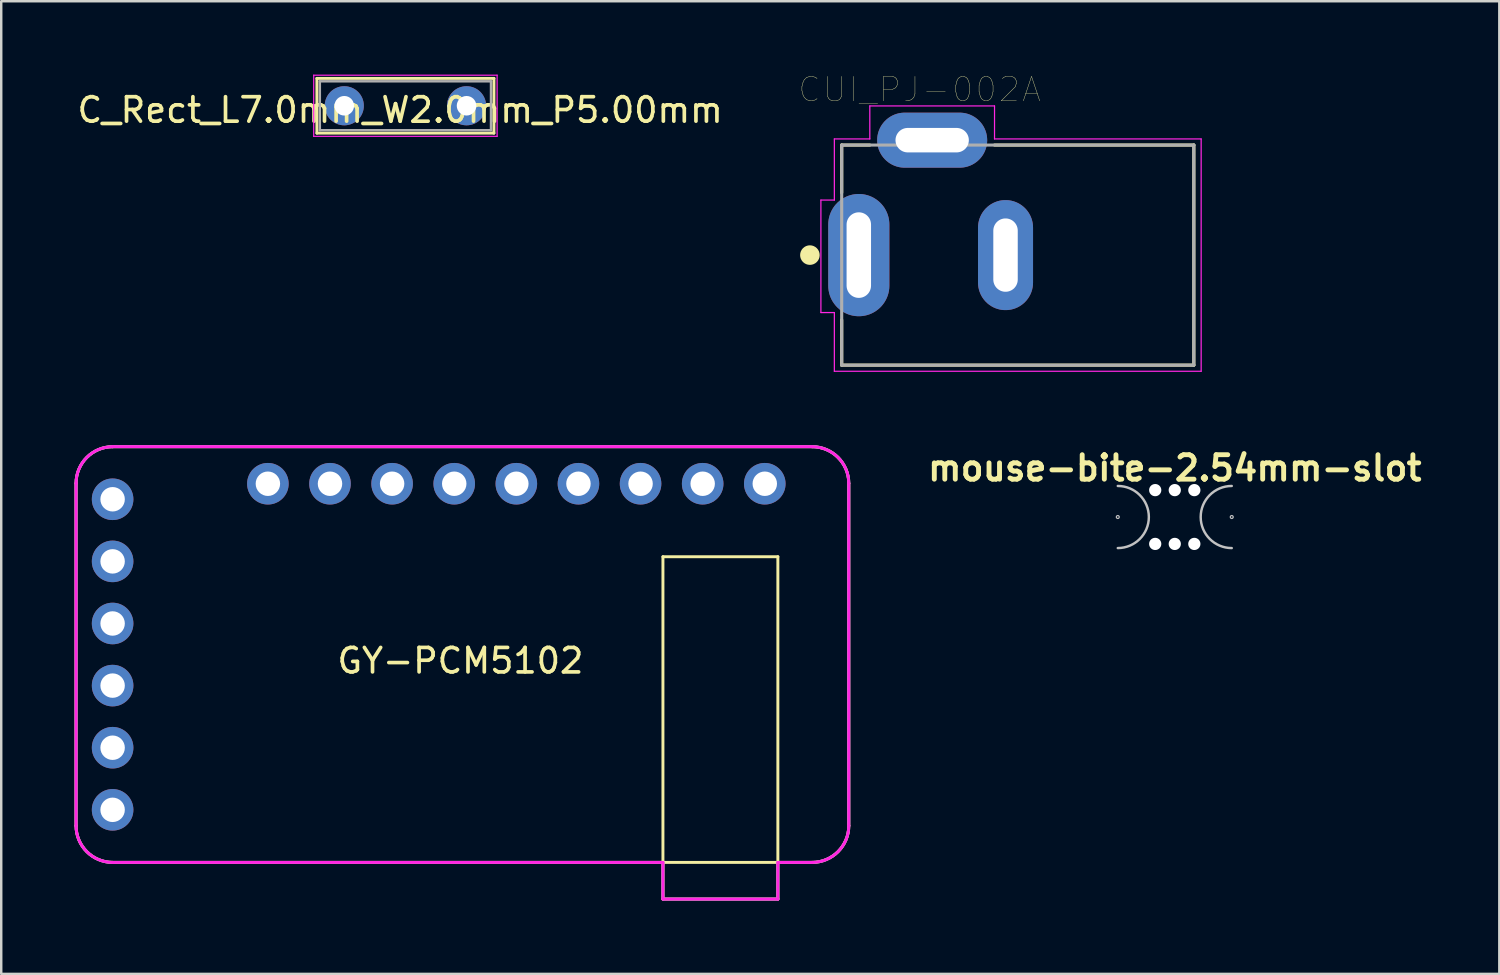
<source format=kicad_pcb>
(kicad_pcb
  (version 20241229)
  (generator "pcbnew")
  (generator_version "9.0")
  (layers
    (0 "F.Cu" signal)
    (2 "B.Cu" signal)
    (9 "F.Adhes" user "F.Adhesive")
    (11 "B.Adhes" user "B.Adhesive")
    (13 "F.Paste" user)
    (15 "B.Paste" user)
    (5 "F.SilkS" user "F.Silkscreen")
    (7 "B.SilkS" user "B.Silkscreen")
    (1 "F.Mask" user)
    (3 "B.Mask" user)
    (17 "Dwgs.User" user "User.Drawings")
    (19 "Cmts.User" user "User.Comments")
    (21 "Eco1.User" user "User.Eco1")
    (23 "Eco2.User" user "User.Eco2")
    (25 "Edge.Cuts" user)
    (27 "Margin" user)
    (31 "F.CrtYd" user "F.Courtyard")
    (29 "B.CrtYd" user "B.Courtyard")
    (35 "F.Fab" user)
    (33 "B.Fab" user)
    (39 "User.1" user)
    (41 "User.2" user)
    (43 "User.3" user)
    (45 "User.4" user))
  (footprint "GY-PCM5102"
    (layer "F.Cu")
    (at 15.86 23.717)
    (property "Reference" "GY-PCM5102" (at -0.081 0.254 0) (layer "F.SilkS") (effects (font (size 1 1) (thickness 0.15))))
    (attr through_hole)
    (fp_line (start -15.8 -7) (end -15.8 7) (stroke (width 0.12) (type solid)) (layer "F.SilkS"))
    (fp_line (start -14.3 8.5) (end 14.3 8.5) (stroke (width 0.12) (type solid)) (layer "F.SilkS"))
    (fp_line (start 8.2 -4) (end 12.9 -4) (stroke (width 0.12) (type solid)) (layer "F.SilkS"))
    (fp_line (start 8.2 10) (end 8.2 -4) (stroke (width 0.12) (type solid)) (layer "F.SilkS"))
    (fp_line (start 12.9 -4) (end 12.9 10) (stroke (width 0.12) (type solid)) (layer "F.SilkS"))
    (fp_line (start 12.9 10) (end 8.2 10) (stroke (width 0.12) (type solid)) (layer "F.SilkS"))
    (fp_line (start 14.3 -8.5) (end -14.3 -8.5) (stroke (width 0.12) (type solid)) (layer "F.SilkS"))
    (fp_line (start 15.8 7) (end 15.8 -7) (stroke (width 0.12) (type solid)) (layer "F.SilkS"))
    (fp_arc (start -15.8 -7) (mid -15.36066 -8.06066) (end -14.3 -8.5) (stroke (width 0.12) (type solid)) (layer "F.SilkS"))
    (fp_arc (start -14.3 8.5) (mid -15.36066 8.06066) (end -15.8 7) (stroke (width 0.12) (type solid)) (layer "F.SilkS"))
    (fp_arc (start 14.3 -8.5) (mid 15.36066 -8.06066) (end 15.8 -7) (stroke (width 0.12) (type solid)) (layer "F.SilkS"))
    (fp_arc (start 15.8 7) (mid 15.36066 8.06066) (end 14.3 8.5) (stroke (width 0.12) (type solid)) (layer "F.SilkS"))
    (fp_line (start -15.8 -7) (end -15.8 7) (stroke (width 0.12) (type solid)) (layer "F.CrtYd"))
    (fp_line (start 8.2 8.5) (end -14.3 8.5) (stroke (width 0.12) (type solid)) (layer "F.CrtYd"))
    (fp_line (start 8.2 10) (end 8.2 8.5) (stroke (width 0.12) (type solid)) (layer "F.CrtYd"))
    (fp_line (start 12.9 8.5) (end 12.9 10) (stroke (width 0.12) (type solid)) (layer "F.CrtYd"))
    (fp_line (start 12.9 8.5) (end 14.3 8.5) (stroke (width 0.12) (type solid)) (layer "F.CrtYd"))
    (fp_line (start 12.9 10) (end 8.2 10) (stroke (width 0.12) (type solid)) (layer "F.CrtYd"))
    (fp_line (start 14.3 -8.5) (end -14.3 -8.5) (stroke (width 0.12) (type solid)) (layer "F.CrtYd"))
    (fp_line (start 15.8 7) (end 15.8 -7) (stroke (width 0.12) (type solid)) (layer "F.CrtYd"))
    (fp_arc (start -15.8 -7) (mid -15.36066 -8.06066) (end -14.3 -8.5) (stroke (width 0.12) (type solid)) (layer "F.CrtYd"))
    (fp_arc (start -14.3 8.5) (mid -15.36066 8.06066) (end -15.8 7) (stroke (width 0.12) (type solid)) (layer "F.CrtYd"))
    (fp_arc (start 14.3 -8.5) (mid 15.36066 -8.06066) (end 15.8 -7) (stroke (width 0.12) (type solid)) (layer "F.CrtYd"))
    (fp_arc (start 15.8 7) (mid 15.36066 8.06066) (end 14.3 8.5) (stroke (width 0.12) (type solid)) (layer "F.CrtYd"))
    (fp_line (start -15.8 -7) (end -15.8 7) (stroke (width 0.12) (type solid)) (layer "F.Fab"))
    (fp_line (start 8.2 8.5) (end -14.3 8.5) (stroke (width 0.12) (type solid)) (layer "F.Fab"))
    (fp_line (start 8.2 10) (end 8.2 8.5) (stroke (width 0.12) (type solid)) (layer "F.Fab"))
    (fp_line (start 12.9 8.5) (end 12.9 10) (stroke (width 0.12) (type solid)) (layer "F.Fab"))
    (fp_line (start 12.9 8.5) (end 14.3 8.5) (stroke (width 0.12) (type solid)) (layer "F.Fab"))
    (fp_line (start 12.9 10) (end 8.2 10) (stroke (width 0.12) (type solid)) (layer "F.Fab"))
    (fp_line (start 14.3 -8.5) (end -14.3 -8.5) (stroke (width 0.12) (type solid)) (layer "F.Fab"))
    (fp_line (start 15.8 7) (end 15.8 -7) (stroke (width 0.12) (type solid)) (layer "F.Fab"))
    (fp_arc (start -15.8 -7) (mid -15.36066 -8.06066) (end -14.3 -8.5) (stroke (width 0.12) (type solid)) (layer "F.Fab"))
    (fp_arc (start -14.3 8.5) (mid -15.36066 8.06066) (end -15.8 7) (stroke (width 0.12) (type solid)) (layer "F.Fab"))
    (fp_arc (start 14.3 -8.5) (mid 15.36066 -8.06066) (end 15.8 -7) (stroke (width 0.12) (type solid)) (layer "F.Fab"))
    (fp_arc (start 15.8 7) (mid 15.36066 8.06066) (end 14.3 8.5) (stroke (width 0.12) (type solid)) (layer "F.Fab"))
    (pad "1" thru_hole circle (at -14.305 -6.35) (size 1.7 1.7) (drill 1) (layers "*.Cu" "*.Mask"))
    (pad "2" thru_hole circle (at -14.305 -3.81) (size 1.7 1.7) (drill 1) (layers "*.Cu" "*.Mask"))
    (pad "3" thru_hole circle (at -14.305 -1.27) (size 1.7 1.7) (drill 1) (layers "*.Cu" "*.Mask"))
    (pad "4" thru_hole circle (at -14.305 1.27) (size 1.7 1.7) (drill 1) (layers "*.Cu" "*.Mask"))
    (pad "5" thru_hole circle (at -14.305 3.81) (size 1.7 1.7) (drill 1) (layers "*.Cu" "*.Mask"))
    (pad "6" thru_hole circle (at -14.305 6.35) (size 1.7 1.7) (drill 1) (layers "*.Cu" "*.Mask"))
    (pad "7" thru_hole circle (at 12.365 -6.985) (size 1.7 1.7) (drill 1) (layers "*.Cu" "*.Mask"))
    (pad "8" thru_hole circle (at 9.825 -6.985) (size 1.7 1.7) (drill 1) (layers "*.Cu" "*.Mask"))
    (pad "9" thru_hole circle (at 7.285 -6.985) (size 1.7 1.7) (drill 1) (layers "*.Cu" "*.Mask"))
    (pad "10" thru_hole circle (at 4.745 -6.985) (size 1.7 1.7) (drill 1) (layers "*.Cu" "*.Mask"))
    (pad "11" thru_hole circle (at 2.205 -6.985) (size 1.7 1.7) (drill 1) (layers "*.Cu" "*.Mask"))
    (pad "12" thru_hole circle (at -0.335 -6.985) (size 1.7 1.7) (drill 1) (layers "*.Cu" "*.Mask"))
    (pad "13" thru_hole circle (at -2.875 -6.985) (size 1.7 1.7) (drill 1) (layers "*.Cu" "*.Mask"))
    (pad "14" thru_hole circle (at -5.415 -6.985) (size 1.7 1.7) (drill 1) (layers "*.Cu" "*.Mask"))
    (pad "15" thru_hole circle (at -7.955 -6.985) (size 1.7 1.7) (drill 1) (layers "*.Cu" "*.Mask")))
  (footprint "mouse-bite-2.54mm-slot"
    (layer "F.Cu")
    (at 44.991 18.093)
    (property "Reference" "mouse-bite-2.54mm-slot" (at 0 -2 0) (layer "F.SilkS") (effects (font (size 1 1) (thickness 0.2))))
    (attr through_hole)
    (fp_arc (start -2.33 -1.27) (mid -1.06 0) (end -2.33 1.27) (stroke (width 0.1) (type solid)) (layer "Dwgs.User"))
    (fp_arc (start 2.33 1.27) (mid 1.06 0) (end 2.33 -1.27) (stroke (width 0.1) (type solid)) (layer "Dwgs.User"))
    (fp_circle (center -2.33 0) (end -2.27 0) (stroke (width 0.05) (type solid)) (fill no) (layer "Dwgs.User"))
    (fp_circle (center 2.33 0) (end 2.33 -0.06) (stroke (width 0.05) (type solid)) (fill no) (layer "Dwgs.User"))
    (fp_line (start -2.33 0) (end -2.33 0) (stroke (width 2.54) (type solid)) (layer "Eco1.User"))
    (fp_line (start 2.33 0) (end 2.33 0) (stroke (width 2.54) (type solid)) (layer "Eco1.User"))
    (pad "" np_thru_hole circle (at -0.8 -1.1) (size 0.5 0.5) (drill 0.5) (layers "*.Cu" "*.Mask"))
    (pad "" np_thru_hole circle (at -0.8 1.1) (size 0.5 0.5) (drill 0.5) (layers "*.Cu" "*.Mask"))
    (pad "" np_thru_hole circle (at 0 -1.1) (size 0.5 0.5) (drill 0.5) (layers "*.Cu" "*.Mask"))
    (pad "" np_thru_hole circle (at 0 1.1) (size 0.5 0.5) (drill 0.5) (layers "*.Cu" "*.Mask"))
    (pad "" np_thru_hole circle (at 0.8 -1.1) (size 0.5 0.5) (drill 0.5) (layers "*.Cu" "*.Mask"))
    (pad "" np_thru_hole circle (at 0.8 1.1) (size 0.5 0.5) (drill 0.5) (layers "*.Cu" "*.Mask")))
  (footprint "C_Rect_L7.0mm_W2.0mm_P5.00mm"
    (layer "F.Cu")
    (at 11.029 1.275)
    (property "Reference" "C_Rect_L7.0mm_W2.0mm_P5.00mm" (at 2.286 0.174 0) (layer "F.SilkS") (effects (font (size 1 1) (thickness 0.15))))
    (attr through_hole)
    (fp_line (start -1.12 -1.12) (end -1.12 1.12) (stroke (width 0.12) (type solid)) (layer "F.SilkS"))
    (fp_line (start -1.12 -1.12) (end 6.12 -1.12) (stroke (width 0.12) (type solid)) (layer "F.SilkS"))
    (fp_line (start -1.12 1.12) (end 6.12 1.12) (stroke (width 0.12) (type solid)) (layer "F.SilkS"))
    (fp_line (start 6.12 -1.12) (end 6.12 1.12) (stroke (width 0.12) (type solid)) (layer "F.SilkS"))
    (fp_line (start -1.25 -1.25) (end -1.25 1.25) (stroke (width 0.05) (type solid)) (layer "F.CrtYd"))
    (fp_line (start -1.25 1.25) (end 6.25 1.25) (stroke (width 0.05) (type solid)) (layer "F.CrtYd"))
    (fp_line (start 6.25 -1.25) (end -1.25 -1.25) (stroke (width 0.05) (type solid)) (layer "F.CrtYd"))
    (fp_line (start 6.25 1.25) (end 6.25 -1.25) (stroke (width 0.05) (type solid)) (layer "F.CrtYd"))
    (fp_line (start -1 -1) (end -1 1) (stroke (width 0.1) (type solid)) (layer "F.Fab"))
    (fp_line (start -1 1) (end 6 1) (stroke (width 0.1) (type solid)) (layer "F.Fab"))
    (fp_line (start 6 -1) (end -1 -1) (stroke (width 0.1) (type solid)) (layer "F.Fab"))
    (fp_line (start 6 1) (end 6 -1) (stroke (width 0.1) (type solid)) (layer "F.Fab"))
    (pad "1" thru_hole circle (at 0 0) (size 1.6 1.6) (drill 0.8) (layers "*.Cu" "*.Mask"))
    (pad "2" thru_hole circle (at 5 0) (size 1.6 1.6) (drill 0.8) (layers "*.Cu" "*.Mask")))
  (footprint "CUI_PJ-002A"
    (layer "F.Cu")
    (at 32.07 7.382)
    (property "Reference" "CUI_PJ-002A" (at 2.487 -6.771 0) (layer "F.SilkS") (effects (font (size 1.001 1.001) (thickness 0.015))))
    (attr through_hole)
    (fp_line (start -0.7 -4.5) (end 0.45 -4.5) (stroke (width 0.127) (type solid)) (layer "F.SilkS"))
    (fp_line (start -0.7 -2.55) (end -0.7 -4.5) (stroke (width 0.127) (type solid)) (layer "F.SilkS"))
    (fp_line (start -0.7 4.5) (end -0.7 2.65) (stroke (width 0.127) (type solid)) (layer "F.SilkS"))
    (fp_line (start 5.55 -4.5) (end 13.7 -4.5) (stroke (width 0.127) (type solid)) (layer "F.SilkS"))
    (fp_line (start 13.7 -4.5) (end 13.7 4.5) (stroke (width 0.127) (type solid)) (layer "F.SilkS"))
    (fp_line (start 13.7 4.5) (end -0.7 4.5) (stroke (width 0.127) (type solid)) (layer "F.SilkS"))
    (fp_circle (center -2 0) (end -1.8 0) (stroke (width 0.4) (type solid)) (fill no) (layer "F.SilkS"))
    (fp_line (start -1.55 -2.25) (end -1.55 2.35) (stroke (width 0.05) (type solid)) (layer "F.CrtYd"))
    (fp_line (start -1.55 2.35) (end -1 2.35) (stroke (width 0.05) (type solid)) (layer "F.CrtYd"))
    (fp_line (start -1 -4.75) (end 0.45 -4.75) (stroke (width 0.05) (type solid)) (layer "F.CrtYd"))
    (fp_line (start -1 -2.25) (end -1.55 -2.25) (stroke (width 0.05) (type solid)) (layer "F.CrtYd"))
    (fp_line (start -1 -2.25) (end -1 -4.75) (stroke (width 0.05) (type solid)) (layer "F.CrtYd"))
    (fp_line (start -1 4.75) (end -1 2.35) (stroke (width 0.05) (type solid)) (layer "F.CrtYd"))
    (fp_line (start 0.45 -6.1) (end 5.55 -6.1) (stroke (width 0.05) (type solid)) (layer "F.CrtYd"))
    (fp_line (start 0.45 -4.75) (end 0.45 -6.1) (stroke (width 0.05) (type solid)) (layer "F.CrtYd"))
    (fp_line (start 5.55 -6.1) (end 5.55 -4.75) (stroke (width 0.05) (type solid)) (layer "F.CrtYd"))
    (fp_line (start 5.55 -4.75) (end 14 -4.75) (stroke (width 0.05) (type solid)) (layer "F.CrtYd"))
    (fp_line (start 14 -4.75) (end 14 4.75) (stroke (width 0.05) (type solid)) (layer "F.CrtYd"))
    (fp_line (start 14 4.75) (end -1 4.75) (stroke (width 0.05) (type solid)) (layer "F.CrtYd"))
    (fp_line (start -0.7 -4.5) (end 13.7 -4.5) (stroke (width 0.127) (type solid)) (layer "F.Fab"))
    (fp_line (start -0.7 4.5) (end -0.7 -4.5) (stroke (width 0.127) (type solid)) (layer "F.Fab"))
    (fp_line (start 13.7 -4.5) (end 13.7 4.5) (stroke (width 0.127) (type solid)) (layer "F.Fab"))
    (fp_line (start 13.7 4.5) (end -0.7 4.5) (stroke (width 0.127) (type solid)) (layer "F.Fab"))
    (pad "1" thru_hole oval (at 0 0) (size 2.5 5) (drill oval 1 3.5) (layers "*.Cu" "*.Mask"))
    (pad "2" thru_hole oval (at 6 0) (size 2.25 4.5) (drill oval 1 3) (layers "*.Cu" "*.Mask"))
    (pad "3" thru_hole oval (at 3 -4.7) (size 4.5 2.25) (drill oval 3 1) (layers "*.Cu" "*.Mask")))
  (gr_rect
    (start -3 -3)
    (end 58.263 36.777)
    (stroke (width 0.1) (type default))
    (fill no)
    (layer "Edge.Cuts")))
</source>
